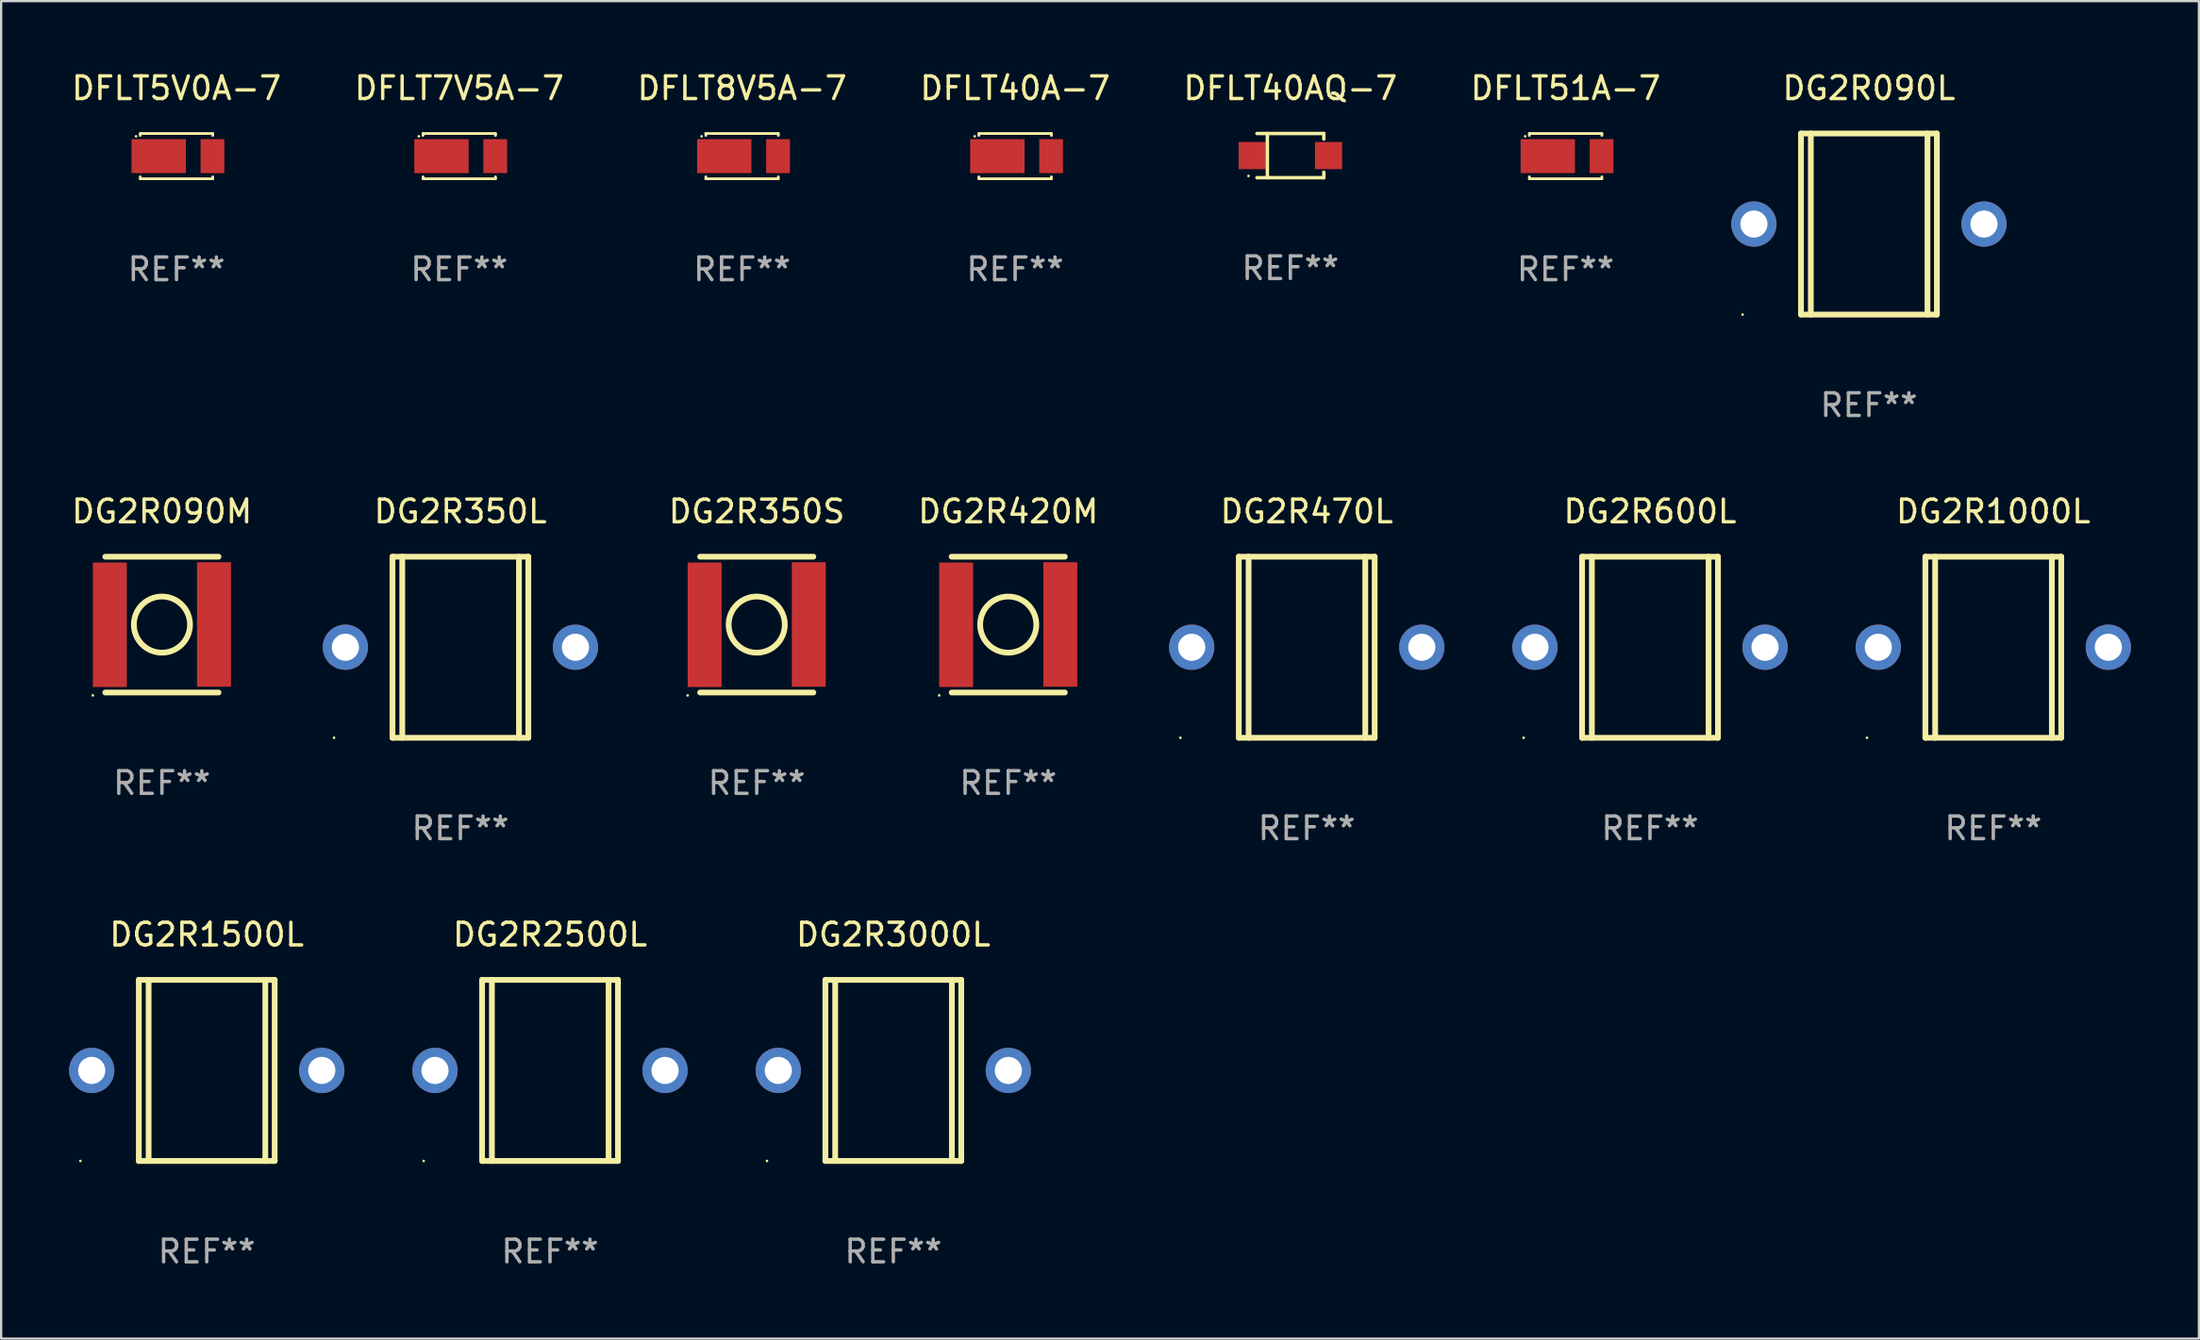
<source format=kicad_pcb>
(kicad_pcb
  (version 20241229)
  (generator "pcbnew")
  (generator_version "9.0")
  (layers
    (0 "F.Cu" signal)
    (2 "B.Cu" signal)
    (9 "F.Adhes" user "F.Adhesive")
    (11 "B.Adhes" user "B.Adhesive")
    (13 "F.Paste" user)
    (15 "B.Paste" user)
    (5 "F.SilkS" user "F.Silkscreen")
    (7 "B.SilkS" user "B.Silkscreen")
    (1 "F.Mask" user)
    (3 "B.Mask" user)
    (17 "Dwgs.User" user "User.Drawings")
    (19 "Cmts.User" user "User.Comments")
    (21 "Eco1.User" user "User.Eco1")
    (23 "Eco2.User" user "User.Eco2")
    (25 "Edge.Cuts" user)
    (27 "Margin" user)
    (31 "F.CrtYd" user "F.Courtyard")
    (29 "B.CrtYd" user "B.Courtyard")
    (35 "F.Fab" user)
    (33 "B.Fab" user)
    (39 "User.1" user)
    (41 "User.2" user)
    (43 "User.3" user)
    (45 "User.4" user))
  (footprint "DFLT7V5A-7"
    (layer "F.Cu")
    (at 17.232 3.848)
    (property "Reference" "DFLT7V5A-7" (at 0 -3 0) (layer "F.SilkS") (effects (font (size 1 1) (thickness 0.15))))
    (attr through_hole)
    (fp_line (start -1.599 -1) (end -1.599 -0.913) (stroke (width 0.12) (type solid)) (layer "F.SilkS"))
    (fp_line (start -1.599 0.913) (end -1.599 1) (stroke (width 0.12) (type solid)) (layer "F.SilkS"))
    (fp_line (start -1.599 1) (end 1.601 1) (stroke (width 0.12) (type solid)) (layer "F.SilkS"))
    (fp_line (start 1.599 -1) (end -1.601 -1) (stroke (width 0.12) (type solid)) (layer "F.SilkS"))
    (fp_line (start 1.601 -1) (end 1.601 -0.913) (stroke (width 0.12) (type solid)) (layer "F.SilkS"))
    (fp_line (start 1.601 0.913) (end 1.601 1) (stroke (width 0.12) (type solid)) (layer "F.SilkS"))
    (fp_circle (center -1.785 -0.876) (end -1.755 -0.876) (stroke (width 0.06) (type solid)) (fill no) (layer "F.SilkS"))
    (fp_text user "REF**" (at 0 5 0) (layer "F.Fab") (effects (font (size 1 1) (thickness 0.15))))
    (pad "1" smd rect (at -0.786 0 180) (size 2.4 1.5) (layers "F.Cu" "F.Mask" "F.Paste"))
    (pad "2" smd rect (at 1.589 0 180) (size 1.05 1.5) (layers "F.Cu" "F.Mask" "F.Paste")))
  (footprint "DG2R3000L"
    (layer "F.Cu")
    (at 36.4 44.241)
    (property "Reference" "DG2R3000L" (at 0 -6 0) (layer "F.SilkS") (effects (font (size 1 1) (thickness 0.15))))
    (attr through_hole)
    (fp_line (start -3 -4) (end -3 4) (stroke (width 0.254) (type solid)) (layer "F.SilkS"))
    (fp_line (start -3 -4) (end 3 -4) (stroke (width 0.254) (type solid)) (layer "F.SilkS"))
    (fp_line (start -3 4) (end 3 4) (stroke (width 0.254) (type solid)) (layer "F.SilkS"))
    (fp_line (start -2.567 -4) (end -2.567 4) (stroke (width 0.254) (type solid)) (layer "F.SilkS"))
    (fp_line (start 2.586 -4) (end 2.586 4) (stroke (width 0.254) (type solid)) (layer "F.SilkS"))
    (fp_line (start 3 -4) (end 3 4) (stroke (width 0.254) (type solid)) (layer "F.SilkS"))
    (fp_circle (center -5.58 4) (end -5.55 4) (stroke (width 0.06) (type solid)) (fill no) (layer "F.SilkS"))
    (fp_text user "REF**" (at 0 8 0) (layer "F.Fab") (effects (font (size 1 1) (thickness 0.15))))
    (pad "1" thru_hole circle (at -5.08 0) (size 2 2) (drill 1.2) (layers "*.Cu" "*.Mask"))
    (pad "2" thru_hole circle (at 5.08 0) (size 2 2) (drill 1.2) (layers "*.Cu" "*.Mask")))
  (footprint "DFLT51A-7"
    (layer "F.Cu")
    (at 66.089 3.848)
    (property "Reference" "DFLT51A-7" (at 0 -3 0) (layer "F.SilkS") (effects (font (size 1 1) (thickness 0.15))))
    (attr through_hole)
    (fp_line (start -1.599 -1) (end -1.599 -0.913) (stroke (width 0.12) (type solid)) (layer "F.SilkS"))
    (fp_line (start -1.599 0.913) (end -1.599 1) (stroke (width 0.12) (type solid)) (layer "F.SilkS"))
    (fp_line (start -1.599 1) (end 1.601 1) (stroke (width 0.12) (type solid)) (layer "F.SilkS"))
    (fp_line (start 1.599 -1) (end -1.601 -1) (stroke (width 0.12) (type solid)) (layer "F.SilkS"))
    (fp_line (start 1.601 -1) (end 1.601 -0.913) (stroke (width 0.12) (type solid)) (layer "F.SilkS"))
    (fp_line (start 1.601 0.913) (end 1.601 1) (stroke (width 0.12) (type solid)) (layer "F.SilkS"))
    (fp_circle (center -1.785 -0.876) (end -1.755 -0.876) (stroke (width 0.06) (type solid)) (fill no) (layer "F.SilkS"))
    (fp_text user "REF**" (at 0 5 0) (layer "F.Fab") (effects (font (size 1 1) (thickness 0.15))))
    (pad "1" smd rect (at -0.786 0 180) (size 2.4 1.5) (layers "F.Cu" "F.Mask" "F.Paste"))
    (pad "2" smd rect (at 1.589 0 180) (size 1.05 1.5) (layers "F.Cu" "F.Mask" "F.Paste")))
  (footprint "DFLT8V5A-7"
    (layer "F.Cu")
    (at 29.72 3.848)
    (property "Reference" "DFLT8V5A-7" (at 0 -3 0) (layer "F.SilkS") (effects (font (size 1 1) (thickness 0.15))))
    (attr through_hole)
    (fp_line (start -1.599 -1) (end -1.599 -0.913) (stroke (width 0.12) (type solid)) (layer "F.SilkS"))
    (fp_line (start -1.599 0.913) (end -1.599 1) (stroke (width 0.12) (type solid)) (layer "F.SilkS"))
    (fp_line (start -1.599 1) (end 1.601 1) (stroke (width 0.12) (type solid)) (layer "F.SilkS"))
    (fp_line (start 1.599 -1) (end -1.601 -1) (stroke (width 0.12) (type solid)) (layer "F.SilkS"))
    (fp_line (start 1.601 -1) (end 1.601 -0.913) (stroke (width 0.12) (type solid)) (layer "F.SilkS"))
    (fp_line (start 1.601 0.913) (end 1.601 1) (stroke (width 0.12) (type solid)) (layer "F.SilkS"))
    (fp_circle (center -1.785 -0.876) (end -1.755 -0.876) (stroke (width 0.06) (type solid)) (fill no) (layer "F.SilkS"))
    (fp_text user "REF**" (at 0 5 0) (layer "F.Fab") (effects (font (size 1 1) (thickness 0.15))))
    (pad "1" smd rect (at -0.786 0 180) (size 2.4 1.5) (layers "F.Cu" "F.Mask" "F.Paste"))
    (pad "2" smd rect (at 1.589 0 180) (size 1.05 1.5) (layers "F.Cu" "F.Mask" "F.Paste")))
  (footprint "DG2R2500L"
    (layer "F.Cu")
    (at 21.24 44.241)
    (property "Reference" "DG2R2500L" (at 0 -6 0) (layer "F.SilkS") (effects (font (size 1 1) (thickness 0.15))))
    (attr through_hole)
    (fp_line (start -3 -4) (end -3 4) (stroke (width 0.254) (type solid)) (layer "F.SilkS"))
    (fp_line (start -3 -4) (end 3 -4) (stroke (width 0.254) (type solid)) (layer "F.SilkS"))
    (fp_line (start -3 4) (end 3 4) (stroke (width 0.254) (type solid)) (layer "F.SilkS"))
    (fp_line (start -2.567 -4) (end -2.567 4) (stroke (width 0.254) (type solid)) (layer "F.SilkS"))
    (fp_line (start 2.586 -4) (end 2.586 4) (stroke (width 0.254) (type solid)) (layer "F.SilkS"))
    (fp_line (start 3 -4) (end 3 4) (stroke (width 0.254) (type solid)) (layer "F.SilkS"))
    (fp_circle (center -5.58 4) (end -5.55 4) (stroke (width 0.06) (type solid)) (fill no) (layer "F.SilkS"))
    (fp_text user "REF**" (at 0 8 0) (layer "F.Fab") (effects (font (size 1 1) (thickness 0.15))))
    (pad "1" thru_hole circle (at -5.08 0) (size 2 2) (drill 1.2) (layers "*.Cu" "*.Mask"))
    (pad "2" thru_hole circle (at 5.08 0) (size 2 2) (drill 1.2) (layers "*.Cu" "*.Mask")))
  (footprint "DG2R600L"
    (layer "F.Cu")
    (at 69.817 25.545)
    (property "Reference" "DG2R600L" (at 0 -6 0) (layer "F.SilkS") (effects (font (size 1 1) (thickness 0.15))))
    (attr through_hole)
    (fp_line (start -3 -4) (end -3 4) (stroke (width 0.254) (type solid)) (layer "F.SilkS"))
    (fp_line (start -3 -4) (end 3 -4) (stroke (width 0.254) (type solid)) (layer "F.SilkS"))
    (fp_line (start -3 4) (end 3 4) (stroke (width 0.254) (type solid)) (layer "F.SilkS"))
    (fp_line (start -2.567 -4) (end -2.567 4) (stroke (width 0.254) (type solid)) (layer "F.SilkS"))
    (fp_line (start 2.586 -4) (end 2.586 4) (stroke (width 0.254) (type solid)) (layer "F.SilkS"))
    (fp_line (start 3 -4) (end 3 4) (stroke (width 0.254) (type solid)) (layer "F.SilkS"))
    (fp_circle (center -5.58 4) (end -5.55 4) (stroke (width 0.06) (type solid)) (fill no) (layer "F.SilkS"))
    (fp_text user "REF**" (at 0 8 0) (layer "F.Fab") (effects (font (size 1 1) (thickness 0.15))))
    (pad "1" thru_hole circle (at -5.08 0) (size 2 2) (drill 1.2) (layers "*.Cu" "*.Mask"))
    (pad "2" thru_hole circle (at 5.08 0) (size 2 2) (drill 1.2) (layers "*.Cu" "*.Mask")))
  (footprint "DFLT40AQ-7"
    (layer "F.Cu")
    (at 53.935 3.824)
    (property "Reference" "DFLT40AQ-7" (at 0 -2.976 0) (layer "F.SilkS") (effects (font (size 1 1) (thickness 0.15))))
    (attr through_hole)
    (fp_line (start -1.476 -0.976) (end 1.476 -0.976) (stroke (width 0.152) (type solid)) (layer "F.SilkS"))
    (fp_line (start -1.476 0.976) (end 1.476 0.976) (stroke (width 0.152) (type solid)) (layer "F.SilkS"))
    (fp_line (start -1.017 -0.976) (end -1.017 0.976) (stroke (width 0.152) (type solid)) (layer "F.SilkS"))
    (fp_line (start 1.476 -0.976) (end 1.476 -0.733) (stroke (width 0.152) (type solid)) (layer "F.SilkS"))
    (fp_line (start 1.476 0.976) (end 1.476 0.733) (stroke (width 0.152) (type solid)) (layer "F.SilkS"))
    (fp_circle (center -1.85 0.9) (end -1.82 0.9) (stroke (width 0.06) (type solid)) (fill no) (layer "F.SilkS"))
    (fp_text user "REF**" (at 0 4.976 0) (layer "F.Fab") (effects (font (size 1 1) (thickness 0.15))))
    (pad "1" smd rect (at -1.685 0) (size 1.2 1.2) (layers "F.Cu" "F.Mask" "F.Paste"))
    (pad "2" smd rect (at 1.685 0) (size 1.2 1.2) (layers "F.Cu" "F.Mask" "F.Paste")))
  (footprint "DG2R420M"
    (layer "F.Cu")
    (at 41.475 24.545)
    (property "Reference" "DG2R420M" (at 0 -5 0) (layer "F.SilkS") (effects (font (size 1 1) (thickness 0.15))))
    (attr through_hole)
    (fp_line (start -2.5 -3) (end 2.5 -3) (stroke (width 0.254) (type solid)) (layer "F.SilkS"))
    (fp_line (start 2.5 3) (end -2.5 3) (stroke (width 0.254) (type solid)) (layer "F.SilkS"))
    (fp_circle (center -3.05 3.127) (end -3.02 3.127) (stroke (width 0.06) (type solid)) (fill no) (layer "F.SilkS"))
    (fp_circle (center 0.000127 0) (end 1.24 0) (stroke (width 0.254) (type solid)) (fill no) (layer "F.SilkS"))
    (fp_text user "REF**" (at 0 7 0) (layer "F.Fab") (effects (font (size 1 1) (thickness 0.15))))
    (pad "1" smd rect (at -2.3 0.007) (size 1.5 5.5) (layers "F.Cu" "F.Mask" "F.Paste"))
    (pad "2" smd rect (at 2.3 -0.007) (size 1.5 5.5) (layers "F.Cu" "F.Mask" "F.Paste")))
  (footprint "DG2R350L"
    (layer "F.Cu")
    (at 17.282 25.545)
    (property "Reference" "DG2R350L" (at 0 -6 0) (layer "F.SilkS") (effects (font (size 1 1) (thickness 0.15))))
    (attr through_hole)
    (fp_line (start -3 -4) (end -3 4) (stroke (width 0.254) (type solid)) (layer "F.SilkS"))
    (fp_line (start -3 -4) (end 3 -4) (stroke (width 0.254) (type solid)) (layer "F.SilkS"))
    (fp_line (start -3 4) (end 3 4) (stroke (width 0.254) (type solid)) (layer "F.SilkS"))
    (fp_line (start -2.567 -4) (end -2.567 4) (stroke (width 0.254) (type solid)) (layer "F.SilkS"))
    (fp_line (start 2.586 -4) (end 2.586 4) (stroke (width 0.254) (type solid)) (layer "F.SilkS"))
    (fp_line (start 3 -4) (end 3 4) (stroke (width 0.254) (type solid)) (layer "F.SilkS"))
    (fp_circle (center -5.58 4) (end -5.55 4) (stroke (width 0.06) (type solid)) (fill no) (layer "F.SilkS"))
    (fp_text user "REF**" (at 0 8 0) (layer "F.Fab") (effects (font (size 1 1) (thickness 0.15))))
    (pad "1" thru_hole circle (at -5.08 0) (size 2 2) (drill 1.2) (layers "*.Cu" "*.Mask"))
    (pad "2" thru_hole circle (at 5.08 0) (size 2 2) (drill 1.2) (layers "*.Cu" "*.Mask")))
  (footprint "DG2R470L"
    (layer "F.Cu")
    (at 54.657 25.545)
    (property "Reference" "DG2R470L" (at 0 -6 0) (layer "F.SilkS") (effects (font (size 1 1) (thickness 0.15))))
    (attr through_hole)
    (fp_line (start -3 -4) (end -3 4) (stroke (width 0.254) (type solid)) (layer "F.SilkS"))
    (fp_line (start -3 -4) (end 3 -4) (stroke (width 0.254) (type solid)) (layer "F.SilkS"))
    (fp_line (start -3 4) (end 3 4) (stroke (width 0.254) (type solid)) (layer "F.SilkS"))
    (fp_line (start -2.567 -4) (end -2.567 4) (stroke (width 0.254) (type solid)) (layer "F.SilkS"))
    (fp_line (start 2.586 -4) (end 2.586 4) (stroke (width 0.254) (type solid)) (layer "F.SilkS"))
    (fp_line (start 3 -4) (end 3 4) (stroke (width 0.254) (type solid)) (layer "F.SilkS"))
    (fp_circle (center -5.58 4) (end -5.55 4) (stroke (width 0.06) (type solid)) (fill no) (layer "F.SilkS"))
    (fp_text user "REF**" (at 0 8 0) (layer "F.Fab") (effects (font (size 1 1) (thickness 0.15))))
    (pad "1" thru_hole circle (at -5.08 0) (size 2 2) (drill 1.2) (layers "*.Cu" "*.Mask"))
    (pad "2" thru_hole circle (at 5.08 0) (size 2 2) (drill 1.2) (layers "*.Cu" "*.Mask")))
  (footprint "DG2R1500L"
    (layer "F.Cu")
    (at 6.08 44.241)
    (property "Reference" "DG2R1500L" (at 0 -6 0) (layer "F.SilkS") (effects (font (size 1 1) (thickness 0.15))))
    (attr through_hole)
    (fp_line (start -3 -4) (end -3 4) (stroke (width 0.254) (type solid)) (layer "F.SilkS"))
    (fp_line (start -3 -4) (end 3 -4) (stroke (width 0.254) (type solid)) (layer "F.SilkS"))
    (fp_line (start -3 4) (end 3 4) (stroke (width 0.254) (type solid)) (layer "F.SilkS"))
    (fp_line (start -2.567 -4) (end -2.567 4) (stroke (width 0.254) (type solid)) (layer "F.SilkS"))
    (fp_line (start 2.586 -4) (end 2.586 4) (stroke (width 0.254) (type solid)) (layer "F.SilkS"))
    (fp_line (start 3 -4) (end 3 4) (stroke (width 0.254) (type solid)) (layer "F.SilkS"))
    (fp_circle (center -5.58 4) (end -5.55 4) (stroke (width 0.06) (type solid)) (fill no) (layer "F.SilkS"))
    (fp_text user "REF**" (at 0 8 0) (layer "F.Fab") (effects (font (size 1 1) (thickness 0.15))))
    (pad "1" thru_hole circle (at -5.08 0) (size 2 2) (drill 1.2) (layers "*.Cu" "*.Mask"))
    (pad "2" thru_hole circle (at 5.08 0) (size 2 2) (drill 1.2) (layers "*.Cu" "*.Mask")))
  (footprint "DG2R090L"
    (layer "F.Cu")
    (at 79.485 6.848)
    (property "Reference" "DG2R090L" (at 0 -6 0) (layer "F.SilkS") (effects (font (size 1 1) (thickness 0.15))))
    (attr through_hole)
    (fp_line (start -3 -4) (end -3 4) (stroke (width 0.254) (type solid)) (layer "F.SilkS"))
    (fp_line (start -3 -4) (end 3 -4) (stroke (width 0.254) (type solid)) (layer "F.SilkS"))
    (fp_line (start -3 4) (end 3 4) (stroke (width 0.254) (type solid)) (layer "F.SilkS"))
    (fp_line (start -2.567 -4) (end -2.567 4) (stroke (width 0.254) (type solid)) (layer "F.SilkS"))
    (fp_line (start 2.586 -4) (end 2.586 4) (stroke (width 0.254) (type solid)) (layer "F.SilkS"))
    (fp_line (start 3 -4) (end 3 4) (stroke (width 0.254) (type solid)) (layer "F.SilkS"))
    (fp_circle (center -5.58 4) (end -5.55 4) (stroke (width 0.06) (type solid)) (fill no) (layer "F.SilkS"))
    (fp_text user "REF**" (at 0 8 0) (layer "F.Fab") (effects (font (size 1 1) (thickness 0.15))))
    (pad "1" thru_hole circle (at -5.08 0) (size 2 2) (drill 1.2) (layers "*.Cu" "*.Mask"))
    (pad "2" thru_hole circle (at 5.08 0) (size 2 2) (drill 1.2) (layers "*.Cu" "*.Mask")))
  (footprint "DFLT40A-7"
    (layer "F.Cu")
    (at 41.78 3.848)
    (property "Reference" "DFLT40A-7" (at 0 -3 0) (layer "F.SilkS") (effects (font (size 1 1) (thickness 0.15))))
    (attr through_hole)
    (fp_line (start -1.599 -1) (end -1.599 -0.913) (stroke (width 0.12) (type solid)) (layer "F.SilkS"))
    (fp_line (start -1.599 0.913) (end -1.599 1) (stroke (width 0.12) (type solid)) (layer "F.SilkS"))
    (fp_line (start -1.599 1) (end 1.601 1) (stroke (width 0.12) (type solid)) (layer "F.SilkS"))
    (fp_line (start 1.599 -1) (end -1.601 -1) (stroke (width 0.12) (type solid)) (layer "F.SilkS"))
    (fp_line (start 1.601 -1) (end 1.601 -0.913) (stroke (width 0.12) (type solid)) (layer "F.SilkS"))
    (fp_line (start 1.601 0.913) (end 1.601 1) (stroke (width 0.12) (type solid)) (layer "F.SilkS"))
    (fp_circle (center -1.785 -0.876) (end -1.755 -0.876) (stroke (width 0.06) (type solid)) (fill no) (layer "F.SilkS"))
    (fp_text user "REF**" (at 0 5 0) (layer "F.Fab") (effects (font (size 1 1) (thickness 0.15))))
    (pad "1" smd rect (at -0.786 0 180) (size 2.4 1.5) (layers "F.Cu" "F.Mask" "F.Paste"))
    (pad "2" smd rect (at 1.589 0 180) (size 1.05 1.5) (layers "F.Cu" "F.Mask" "F.Paste")))
  (footprint "DG2R350S"
    (layer "F.Cu")
    (at 30.368 24.545)
    (property "Reference" "DG2R350S" (at 0 -5 0) (layer "F.SilkS") (effects (font (size 1 1) (thickness 0.15))))
    (attr through_hole)
    (fp_line (start -2.5 -3) (end 2.5 -3) (stroke (width 0.254) (type solid)) (layer "F.SilkS"))
    (fp_line (start 2.5 3) (end -2.5 3) (stroke (width 0.254) (type solid)) (layer "F.SilkS"))
    (fp_circle (center -3.05 3.127) (end -3.02 3.127) (stroke (width 0.06) (type solid)) (fill no) (layer "F.SilkS"))
    (fp_circle (center 0.000127 0) (end 1.24 0) (stroke (width 0.254) (type solid)) (fill no) (layer "F.SilkS"))
    (fp_text user "REF**" (at 0 7 0) (layer "F.Fab") (effects (font (size 1 1) (thickness 0.15))))
    (pad "1" smd rect (at -2.3 0.007) (size 1.5 5.5) (layers "F.Cu" "F.Mask" "F.Paste"))
    (pad "2" smd rect (at 2.3 -0.007) (size 1.5 5.5) (layers "F.Cu" "F.Mask" "F.Paste")))
  (footprint "DG2R090M"
    (layer "F.Cu")
    (at 4.101 24.545)
    (property "Reference" "DG2R090M" (at 0 -5 0) (layer "F.SilkS") (effects (font (size 1 1) (thickness 0.15))))
    (attr through_hole)
    (fp_line (start -2.5 -3) (end 2.5 -3) (stroke (width 0.254) (type solid)) (layer "F.SilkS"))
    (fp_line (start 2.5 3) (end -2.5 3) (stroke (width 0.254) (type solid)) (layer "F.SilkS"))
    (fp_circle (center -3.05 3.127) (end -3.02 3.127) (stroke (width 0.06) (type solid)) (fill no) (layer "F.SilkS"))
    (fp_circle (center 0.000127 0) (end 1.24 0) (stroke (width 0.254) (type solid)) (fill no) (layer "F.SilkS"))
    (fp_text user "REF**" (at 0 7 0) (layer "F.Fab") (effects (font (size 1 1) (thickness 0.15))))
    (pad "1" smd rect (at -2.3 0.007) (size 1.5 5.5) (layers "F.Cu" "F.Mask" "F.Paste"))
    (pad "2" smd rect (at 2.3 -0.007) (size 1.5 5.5) (layers "F.Cu" "F.Mask" "F.Paste")))
  (footprint "DFLT5V0A-7"
    (layer "F.Cu")
    (at 4.744 3.848)
    (property "Reference" "DFLT5V0A-7" (at 0 -3 0) (layer "F.SilkS") (effects (font (size 1 1) (thickness 0.15))))
    (attr through_hole)
    (fp_line (start -1.599 -1) (end -1.599 -0.913) (stroke (width 0.12) (type solid)) (layer "F.SilkS"))
    (fp_line (start -1.599 0.913) (end -1.599 1) (stroke (width 0.12) (type solid)) (layer "F.SilkS"))
    (fp_line (start -1.599 1) (end 1.601 1) (stroke (width 0.12) (type solid)) (layer "F.SilkS"))
    (fp_line (start 1.599 -1) (end -1.601 -1) (stroke (width 0.12) (type solid)) (layer "F.SilkS"))
    (fp_line (start 1.601 -1) (end 1.601 -0.913) (stroke (width 0.12) (type solid)) (layer "F.SilkS"))
    (fp_line (start 1.601 0.913) (end 1.601 1) (stroke (width 0.12) (type solid)) (layer "F.SilkS"))
    (fp_circle (center -1.785 -0.876) (end -1.755 -0.876) (stroke (width 0.06) (type solid)) (fill no) (layer "F.SilkS"))
    (fp_text user "REF**" (at 0 5 0) (layer "F.Fab") (effects (font (size 1 1) (thickness 0.15))))
    (pad "1" smd rect (at -0.786 0 180) (size 2.4 1.5) (layers "F.Cu" "F.Mask" "F.Paste"))
    (pad "2" smd rect (at 1.589 0 180) (size 1.05 1.5) (layers "F.Cu" "F.Mask" "F.Paste")))
  (footprint "DG2R1000L"
    (layer "F.Cu")
    (at 84.977 25.545)
    (property "Reference" "DG2R1000L" (at 0 -6 0) (layer "F.SilkS") (effects (font (size 1 1) (thickness 0.15))))
    (attr through_hole)
    (fp_line (start -3 -4) (end -3 4) (stroke (width 0.254) (type solid)) (layer "F.SilkS"))
    (fp_line (start -3 -4) (end 3 -4) (stroke (width 0.254) (type solid)) (layer "F.SilkS"))
    (fp_line (start -3 4) (end 3 4) (stroke (width 0.254) (type solid)) (layer "F.SilkS"))
    (fp_line (start -2.567 -4) (end -2.567 4) (stroke (width 0.254) (type solid)) (layer "F.SilkS"))
    (fp_line (start 2.586 -4) (end 2.586 4) (stroke (width 0.254) (type solid)) (layer "F.SilkS"))
    (fp_line (start 3 -4) (end 3 4) (stroke (width 0.254) (type solid)) (layer "F.SilkS"))
    (fp_circle (center -5.58 4) (end -5.55 4) (stroke (width 0.06) (type solid)) (fill no) (layer "F.SilkS"))
    (fp_text user "REF**" (at 0 8 0) (layer "F.Fab") (effects (font (size 1 1) (thickness 0.15))))
    (pad "1" thru_hole circle (at -5.08 0) (size 2 2) (drill 1.2) (layers "*.Cu" "*.Mask"))
    (pad "2" thru_hole circle (at 5.08 0) (size 2 2) (drill 1.2) (layers "*.Cu" "*.Mask")))
  (gr_rect
    (start -3 -3)
    (end 94.057 56.09)
    (stroke (width 0.1) (type default))
    (fill no)
    (layer "Edge.Cuts")))
</source>
